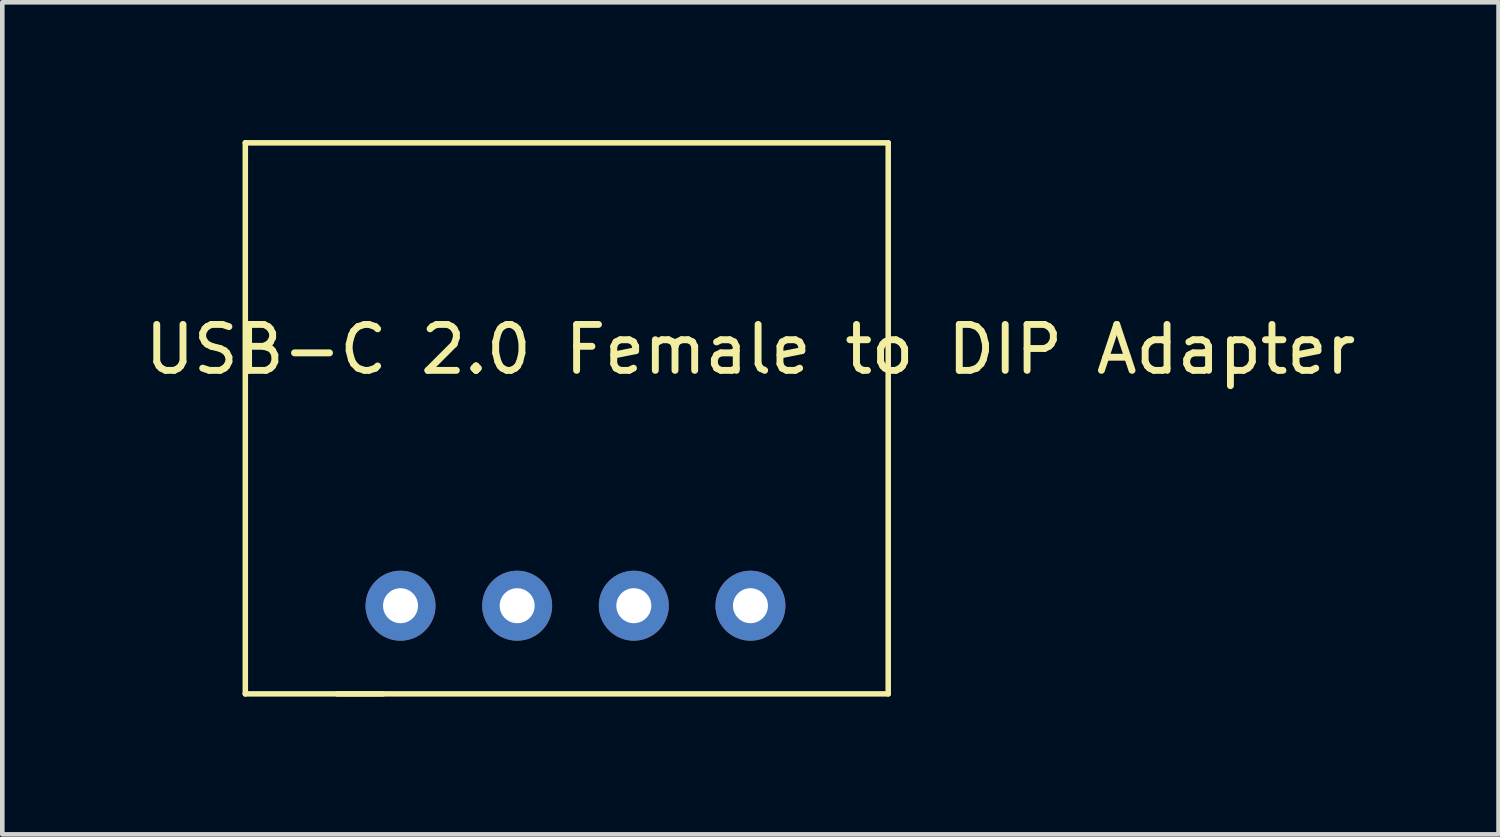
<source format=kicad_pcb>
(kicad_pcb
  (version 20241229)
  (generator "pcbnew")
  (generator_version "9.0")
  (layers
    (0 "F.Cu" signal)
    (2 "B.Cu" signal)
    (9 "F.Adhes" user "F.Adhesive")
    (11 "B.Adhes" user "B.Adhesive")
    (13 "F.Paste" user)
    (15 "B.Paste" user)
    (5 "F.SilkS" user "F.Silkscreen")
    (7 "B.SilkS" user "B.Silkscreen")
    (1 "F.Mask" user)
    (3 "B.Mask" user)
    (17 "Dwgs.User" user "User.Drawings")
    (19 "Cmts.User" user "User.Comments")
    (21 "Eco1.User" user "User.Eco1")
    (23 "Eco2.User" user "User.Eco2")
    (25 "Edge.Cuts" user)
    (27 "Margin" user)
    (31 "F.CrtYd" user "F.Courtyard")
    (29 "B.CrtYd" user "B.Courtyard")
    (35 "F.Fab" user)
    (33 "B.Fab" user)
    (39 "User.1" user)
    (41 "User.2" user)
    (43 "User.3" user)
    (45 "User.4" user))
  (footprint "USB-C 2.0 Female to DIP Adapter"
    (layer "F.Cu")
    (at 13.292 5.06)
    (property "Reference" "USB-C 2.0 Female to DIP Adapter" (at 0 -0.5 0) (unlocked yes) (layer "F.SilkS") (effects (font (size 1 1) (thickness 0.15))))
    (attr through_hole)
    (fp_line (start -11 -5) (end -11 7) (stroke (width 0.12) (type default)) (layer "F.SilkS"))
    (fp_line (start -11 7) (end 3 7) (stroke (width 0.12) (type default)) (layer "F.SilkS"))
    (fp_line (start -9 7) (end -8 7) (stroke (width 0.12) (type default)) (layer "F.SilkS"))
    (fp_line (start 3 -5) (end -11 -5) (stroke (width 0.12) (type default)) (layer "F.SilkS"))
    (fp_line (start 3 7) (end 3 -5) (stroke (width 0.12) (type default)) (layer "F.SilkS"))
    (pad "1" thru_hole circle (at -7.62 5.08) (size 1.524 1.524) (drill 0.762) (layers "*.Cu" "*.Mask"))
    (pad "2" thru_hole circle (at -5.08 5.08) (size 1.524 1.524) (drill 0.762) (layers "*.Cu" "*.Mask"))
    (pad "3" thru_hole circle (at -2.54 5.08) (size 1.524 1.524) (drill 0.762) (layers "*.Cu" "*.Mask"))
    (pad "4" thru_hole circle (at 0 5.08) (size 1.524 1.524) (drill 0.762) (layers "*.Cu" "*.Mask")))
  (gr_rect
    (start -3 -3)
    (end 29.583 15.12)
    (stroke (width 0.1) (type default))
    (fill no)
    (layer "Edge.Cuts")))
</source>
